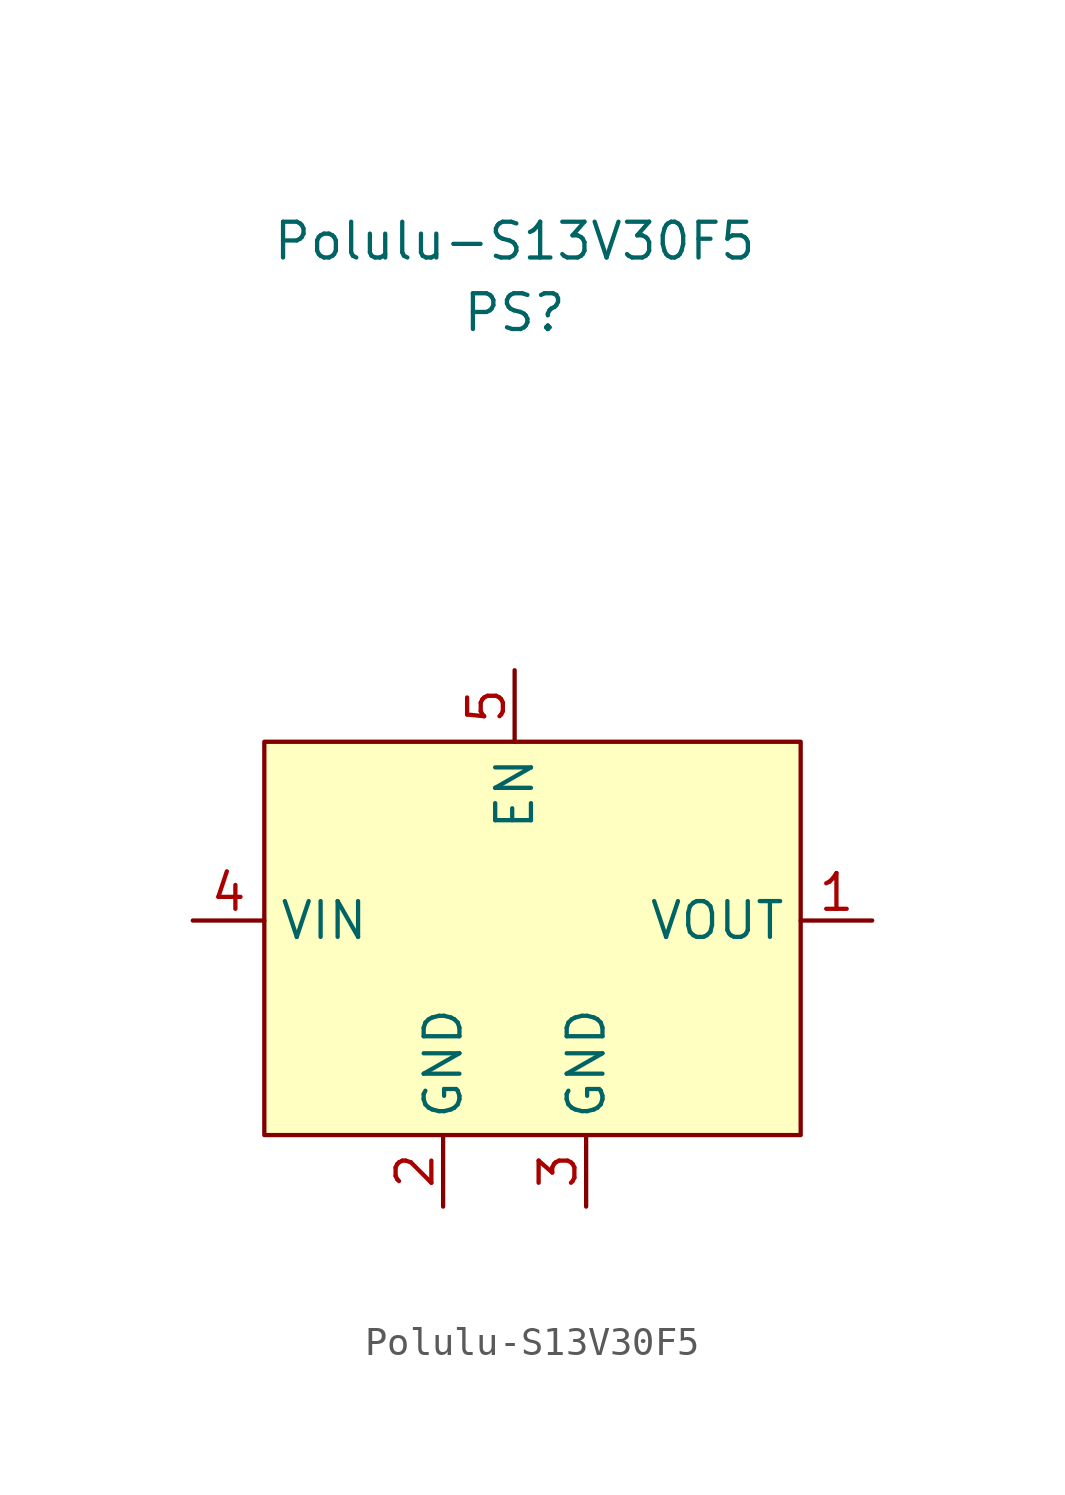
<source format=kicad_sym>
(kicad_symbol_lib
  (version 20211014)
  (generator kicad_symbol_editor)
  (symbol "Polulu-S13V30F5"
    (property "Reference" "PS"
      (at 0 8.89 0)
      (effects (font (size 1.27 1.27))))
    (property "Value" "Polulu-S13V30F5"
      (at 0 11.43 0)
      (effects (font (size 1.27 1.27))))
    (symbol "Polulu-S13V30F5_0_1"
      (rectangle (start -8.89 -6.35) (end 10.16 -20.32) (stroke (width 0) (type default) (color 0 0 0 0)) (fill (type background))))
    (symbol "Polulu-S13V30F5_1_1"
      (pin output line (at 12.7 -12.7 180) (length 2.54) (name "VOUT" (effects (font (size 1.27 1.27)))) (number "1" (effects (font (size 1.27 1.27)))))
      (pin output line (at -2.54 -22.86 90) (length 2.54) (name "GND" (effects (font (size 1.27 1.27)))) (number "2" (effects (font (size 1.27 1.27)))))
      (pin output line (at 2.54 -22.86 90) (length 2.54) (name "GND" (effects (font (size 1.27 1.27)))) (number "3" (effects (font (size 1.27 1.27)))))
      (pin input line (at -11.43 -12.7 0) (length 2.54) (name "VIN" (effects (font (size 1.27 1.27)))) (number "4" (effects (font (size 1.27 1.27)))))
      (pin input line (at 0 -3.81 270) (length 2.54) (name "EN" (effects (font (size 1.27 1.27)))) (number "5" (effects (font (size 1.27 1.27))))))))
</source>
